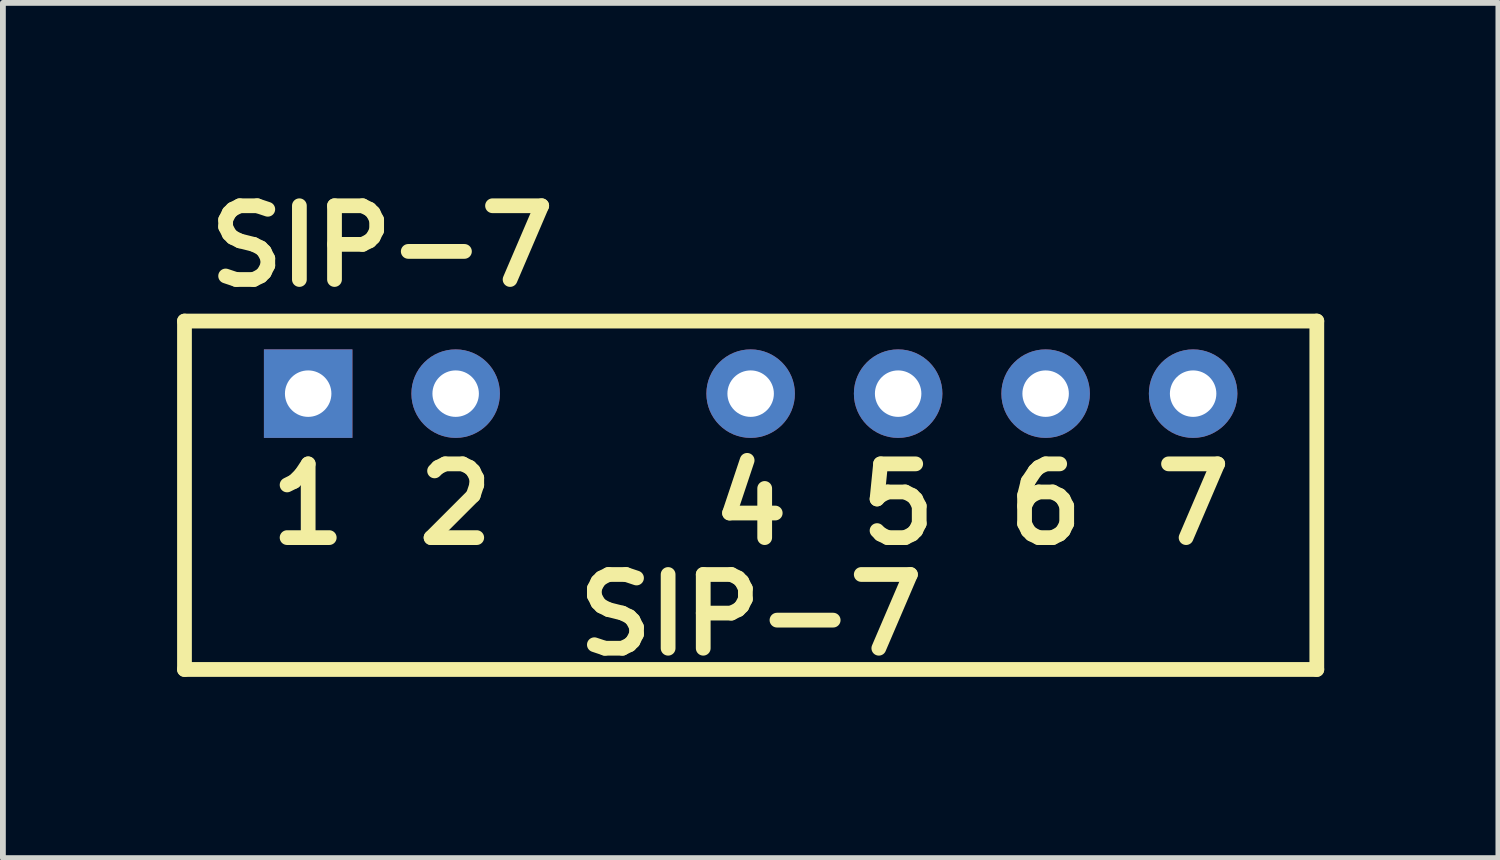
<source format=kicad_pcb>
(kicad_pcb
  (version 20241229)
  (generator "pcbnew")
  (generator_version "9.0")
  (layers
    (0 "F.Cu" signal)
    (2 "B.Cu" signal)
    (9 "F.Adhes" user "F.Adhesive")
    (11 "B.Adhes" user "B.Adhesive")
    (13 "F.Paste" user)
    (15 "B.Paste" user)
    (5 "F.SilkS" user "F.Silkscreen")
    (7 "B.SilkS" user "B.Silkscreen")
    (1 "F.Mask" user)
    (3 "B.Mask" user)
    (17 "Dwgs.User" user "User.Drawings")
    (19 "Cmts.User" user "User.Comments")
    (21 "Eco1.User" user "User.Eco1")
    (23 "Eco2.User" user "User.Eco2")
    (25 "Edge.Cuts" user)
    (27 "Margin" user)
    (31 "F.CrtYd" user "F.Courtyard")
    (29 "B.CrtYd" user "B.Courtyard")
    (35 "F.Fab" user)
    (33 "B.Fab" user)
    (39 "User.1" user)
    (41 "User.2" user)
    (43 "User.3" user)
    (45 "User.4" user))
  (footprint "SIP-7"
    (layer "F.Cu")
    (at 9.877 3.729)
    (property "Reference" "SIP-7" (at -6.35 -2.54 0) (layer "F.SilkS") (effects (font (size 1.27 1.27) (thickness 0.254))))
    (attr smd)
    (fp_line (start -9.75 -1.25) (end 9.75 -1.25) (stroke (width 0.254) (type solid)) (layer "F.SilkS"))
    (fp_line (start -9.75 4.75) (end -9.75 -1.25) (stroke (width 0.254) (type solid)) (layer "F.SilkS"))
    (fp_line (start -9.75 4.75) (end 9.75 4.75) (stroke (width 0.254) (type solid)) (layer "F.SilkS"))
    (fp_line (start 9.75 -1.25) (end 9.75 4.75) (stroke (width 0.254) (type solid)) (layer "F.SilkS"))
    (fp_text user "1" (at -7.62 1.905 0) (layer "F.SilkS") (effects (font (size 1.27 1.27) (thickness 0.254))))
    (fp_text user "7" (at 7.62 1.905 0) (layer "F.SilkS") (effects (font (size 1.27 1.27) (thickness 0.254))))
    (fp_text user "SIP-7" (at 0 3.81 0) (layer "F.SilkS") (effects (font (size 1.27 1.27) (thickness 0.254))))
    (fp_text user "4" (at 0 1.905 0) (layer "F.SilkS") (effects (font (size 1.27 1.27) (thickness 0.254))))
    (fp_text user "5" (at 2.54 1.905 0) (layer "F.SilkS") (effects (font (size 1.27 1.27) (thickness 0.254))))
    (fp_text user "6" (at 5.08 1.905 0) (layer "F.SilkS") (effects (font (size 1.27 1.27) (thickness 0.254))))
    (fp_text user "2" (at -5.08 1.905 0) (layer "F.SilkS") (effects (font (size 1.27 1.27) (thickness 0.254))))
    (pad "1" thru_hole rect (at -7.62 0) (size 1.524 1.524) (drill 0.8) (layers "*.Cu" "*.Mask"))
    (pad "2" thru_hole circle (at -5.08 0) (size 1.524 1.524) (drill 0.8) (layers "*.Cu" "*.Mask"))
    (pad "4" thru_hole circle (at 0 0) (size 1.524 1.524) (drill 0.8) (layers "*.Cu" "*.Mask"))
    (pad "5" thru_hole circle (at 2.54 0) (size 1.524 1.524) (drill 0.8) (layers "*.Cu" "*.Mask"))
    (pad "6" thru_hole circle (at 5.08 0) (size 1.524 1.524) (drill 0.8) (layers "*.Cu" "*.Mask"))
    (pad "7" thru_hole circle (at 7.62 0) (size 1.524 1.524) (drill 0.8) (layers "*.Cu" "*.Mask")))
  (gr_rect
    (start -3 -3)
    (end 22.754 11.727)
    (stroke (width 0.1) (type default))
    (fill no)
    (layer "Edge.Cuts")))
</source>
